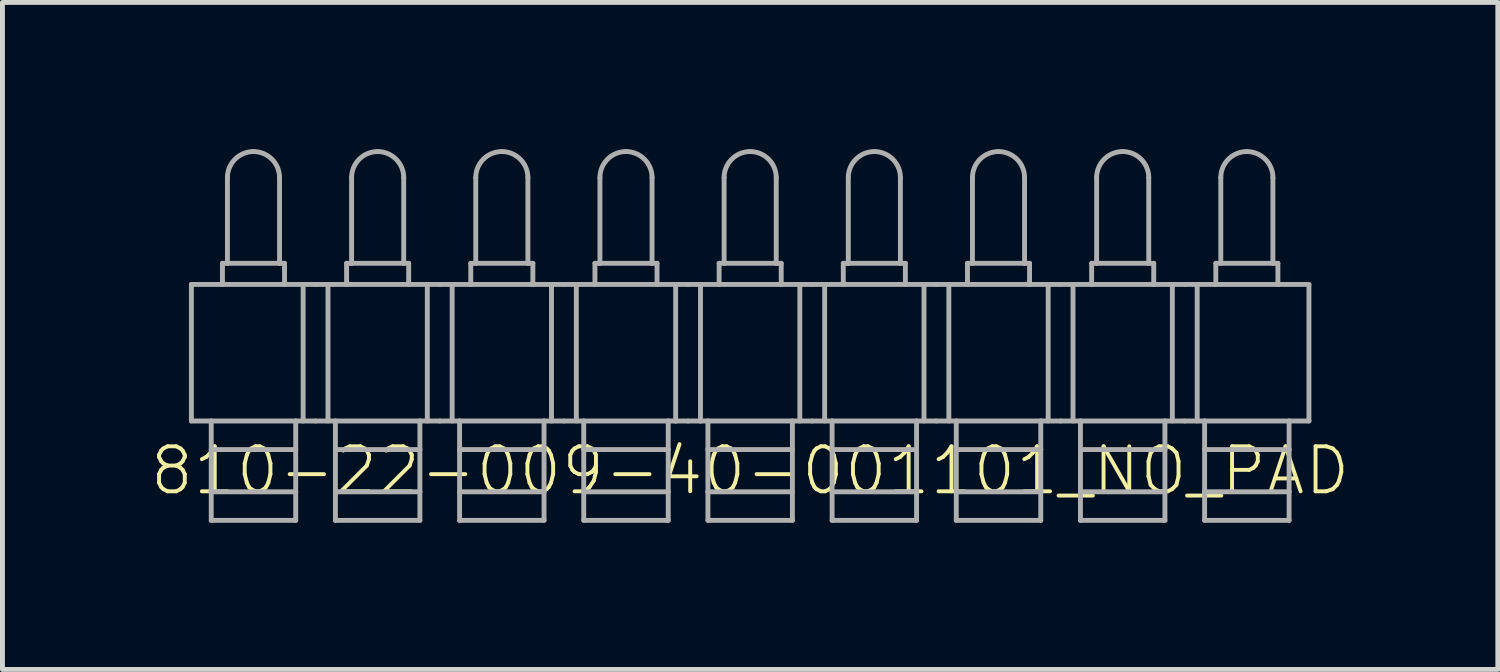
<source format=kicad_pcb>
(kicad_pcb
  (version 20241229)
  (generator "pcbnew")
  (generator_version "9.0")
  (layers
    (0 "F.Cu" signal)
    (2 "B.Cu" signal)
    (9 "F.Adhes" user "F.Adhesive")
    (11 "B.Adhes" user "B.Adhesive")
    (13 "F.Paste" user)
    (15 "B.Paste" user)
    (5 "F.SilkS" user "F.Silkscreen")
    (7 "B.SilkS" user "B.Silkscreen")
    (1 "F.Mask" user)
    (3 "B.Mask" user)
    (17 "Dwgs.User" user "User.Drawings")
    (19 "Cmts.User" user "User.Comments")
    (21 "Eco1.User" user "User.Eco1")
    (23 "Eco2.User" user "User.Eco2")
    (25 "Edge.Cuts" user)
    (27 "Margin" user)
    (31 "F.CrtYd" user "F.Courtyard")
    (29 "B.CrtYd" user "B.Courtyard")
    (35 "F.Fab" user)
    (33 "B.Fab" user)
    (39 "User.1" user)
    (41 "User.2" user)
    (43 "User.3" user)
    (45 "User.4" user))
  (footprint "810-22-009-40-001101_NO_PAD"
    (layer "F.Cu")
    (at 12.295 6.578)
    (property "Reference" "810-22-009-40-001101_NO_PAD" (at 0 0 0) (unlocked yes) (layer "F.SilkS") (effects (font (size 0.92 0.92) (thickness 0.08))))
    (fp_line (start -11.43 -3.81) (end -10.795 -3.81) (stroke (width 0.1) (type solid)) (layer "F.Fab"))
    (fp_line (start -11.43 -1.016) (end -11.43 -3.81) (stroke (width 0.1) (type solid)) (layer "F.Fab"))
    (fp_line (start -11.024 -1.016) (end -11.43 -1.016) (stroke (width 0.1) (type solid)) (layer "F.Fab"))
    (fp_line (start -11.024 -1.016) (end -9.296 -1.016) (stroke (width 0.1) (type solid)) (layer "F.Fab"))
    (fp_line (start -11.024 -0.432) (end -11.024 -1.016) (stroke (width 0.1) (type solid)) (layer "F.Fab"))
    (fp_line (start -11.024 -0.432) (end -9.296 -0.432) (stroke (width 0.1) (type solid)) (layer "F.Fab"))
    (fp_line (start -11.024 0.432) (end -11.024 -0.432) (stroke (width 0.1) (type solid)) (layer "F.Fab"))
    (fp_line (start -11.024 0.432) (end -9.296 0.432) (stroke (width 0.1) (type solid)) (layer "F.Fab"))
    (fp_line (start -11.024 1.016) (end -11.024 0.432) (stroke (width 0.1) (type solid)) (layer "F.Fab"))
    (fp_line (start -11.024 1.016) (end -9.296 1.016) (stroke (width 0.1) (type solid)) (layer "F.Fab"))
    (fp_line (start -10.795 -4.242) (end -10.795 -3.81) (stroke (width 0.1) (type solid)) (layer "F.Fab"))
    (fp_line (start -10.795 -4.242) (end -10.693 -4.242) (stroke (width 0.1) (type solid)) (layer "F.Fab"))
    (fp_line (start -10.795 -3.81) (end -9.525 -3.81) (stroke (width 0.1) (type solid)) (layer "F.Fab"))
    (fp_line (start -10.693 -5.994) (end -10.693 -4.242) (stroke (width 0.1) (type solid)) (layer "F.Fab"))
    (fp_line (start -10.693 -4.242) (end -9.627 -4.242) (stroke (width 0.1) (type solid)) (layer "F.Fab"))
    (fp_line (start -9.627 -5.994) (end -9.627 -4.242) (stroke (width 0.1) (type solid)) (layer "F.Fab"))
    (fp_line (start -9.627 -4.242) (end -9.525 -4.242) (stroke (width 0.1) (type solid)) (layer "F.Fab"))
    (fp_line (start -9.525 -4.242) (end -9.525 -3.81) (stroke (width 0.1) (type solid)) (layer "F.Fab"))
    (fp_line (start -9.525 -3.81) (end -8.89 -3.81) (stroke (width 0.1) (type solid)) (layer "F.Fab"))
    (fp_line (start -9.296 -1.016) (end -8.89 -1.016) (stroke (width 0.1) (type solid)) (layer "F.Fab"))
    (fp_line (start -9.296 -0.432) (end -9.296 -1.016) (stroke (width 0.1) (type solid)) (layer "F.Fab"))
    (fp_line (start -9.296 0.432) (end -9.296 -0.432) (stroke (width 0.1) (type solid)) (layer "F.Fab"))
    (fp_line (start -9.296 1.016) (end -9.296 0.432) (stroke (width 0.1) (type solid)) (layer "F.Fab"))
    (fp_line (start -9.144 -1.016) (end -9.144 -3.81) (stroke (width 0.1) (type solid)) (layer "F.Fab"))
    (fp_line (start -8.89 -3.81) (end -8.255 -3.81) (stroke (width 0.1) (type solid)) (layer "F.Fab"))
    (fp_line (start -8.636 -1.016) (end -8.636 -3.81) (stroke (width 0.1) (type solid)) (layer "F.Fab"))
    (fp_line (start -8.484 -1.016) (end -8.89 -1.016) (stroke (width 0.1) (type solid)) (layer "F.Fab"))
    (fp_line (start -8.484 -1.016) (end -6.756 -1.016) (stroke (width 0.1) (type solid)) (layer "F.Fab"))
    (fp_line (start -8.484 -0.432) (end -8.484 -1.016) (stroke (width 0.1) (type solid)) (layer "F.Fab"))
    (fp_line (start -8.484 -0.432) (end -6.756 -0.432) (stroke (width 0.1) (type solid)) (layer "F.Fab"))
    (fp_line (start -8.484 0.432) (end -8.484 -0.432) (stroke (width 0.1) (type solid)) (layer "F.Fab"))
    (fp_line (start -8.484 0.432) (end -6.756 0.432) (stroke (width 0.1) (type solid)) (layer "F.Fab"))
    (fp_line (start -8.484 1.016) (end -8.484 0.432) (stroke (width 0.1) (type solid)) (layer "F.Fab"))
    (fp_line (start -8.484 1.016) (end -6.756 1.016) (stroke (width 0.1) (type solid)) (layer "F.Fab"))
    (fp_line (start -8.255 -4.242) (end -8.255 -3.81) (stroke (width 0.1) (type solid)) (layer "F.Fab"))
    (fp_line (start -8.255 -4.242) (end -8.153 -4.242) (stroke (width 0.1) (type solid)) (layer "F.Fab"))
    (fp_line (start -8.255 -3.81) (end -6.985 -3.81) (stroke (width 0.1) (type solid)) (layer "F.Fab"))
    (fp_line (start -8.153 -5.994) (end -8.153 -4.242) (stroke (width 0.1) (type solid)) (layer "F.Fab"))
    (fp_line (start -8.153 -4.242) (end -7.087 -4.242) (stroke (width 0.1) (type solid)) (layer "F.Fab"))
    (fp_line (start -7.087 -5.994) (end -7.087 -4.242) (stroke (width 0.1) (type solid)) (layer "F.Fab"))
    (fp_line (start -7.087 -4.242) (end -6.985 -4.242) (stroke (width 0.1) (type solid)) (layer "F.Fab"))
    (fp_line (start -6.985 -4.242) (end -6.985 -3.81) (stroke (width 0.1) (type solid)) (layer "F.Fab"))
    (fp_line (start -6.985 -3.81) (end -6.35 -3.81) (stroke (width 0.1) (type solid)) (layer "F.Fab"))
    (fp_line (start -6.756 -1.016) (end -6.35 -1.016) (stroke (width 0.1) (type solid)) (layer "F.Fab"))
    (fp_line (start -6.756 -0.432) (end -6.756 -1.016) (stroke (width 0.1) (type solid)) (layer "F.Fab"))
    (fp_line (start -6.756 0.432) (end -6.756 -0.432) (stroke (width 0.1) (type solid)) (layer "F.Fab"))
    (fp_line (start -6.756 1.016) (end -6.756 0.432) (stroke (width 0.1) (type solid)) (layer "F.Fab"))
    (fp_line (start -6.604 -1.016) (end -6.604 -3.81) (stroke (width 0.1) (type solid)) (layer "F.Fab"))
    (fp_line (start -6.35 -3.81) (end -5.715 -3.81) (stroke (width 0.1) (type solid)) (layer "F.Fab"))
    (fp_line (start -6.096 -1.016) (end -6.096 -3.81) (stroke (width 0.1) (type solid)) (layer "F.Fab"))
    (fp_line (start -5.944 -1.016) (end -6.35 -1.016) (stroke (width 0.1) (type solid)) (layer "F.Fab"))
    (fp_line (start -5.944 -1.016) (end -4.216 -1.016) (stroke (width 0.1) (type solid)) (layer "F.Fab"))
    (fp_line (start -5.944 -0.432) (end -5.944 -1.016) (stroke (width 0.1) (type solid)) (layer "F.Fab"))
    (fp_line (start -5.944 -0.432) (end -4.216 -0.432) (stroke (width 0.1) (type solid)) (layer "F.Fab"))
    (fp_line (start -5.944 0.432) (end -5.944 -0.432) (stroke (width 0.1) (type solid)) (layer "F.Fab"))
    (fp_line (start -5.944 0.432) (end -4.216 0.432) (stroke (width 0.1) (type solid)) (layer "F.Fab"))
    (fp_line (start -5.944 1.016) (end -5.944 0.432) (stroke (width 0.1) (type solid)) (layer "F.Fab"))
    (fp_line (start -5.944 1.016) (end -4.216 1.016) (stroke (width 0.1) (type solid)) (layer "F.Fab"))
    (fp_line (start -5.715 -4.242) (end -5.715 -3.81) (stroke (width 0.1) (type solid)) (layer "F.Fab"))
    (fp_line (start -5.715 -4.242) (end -5.613 -4.242) (stroke (width 0.1) (type solid)) (layer "F.Fab"))
    (fp_line (start -5.715 -3.81) (end -4.445 -3.81) (stroke (width 0.1) (type solid)) (layer "F.Fab"))
    (fp_line (start -5.613 -5.994) (end -5.613 -4.242) (stroke (width 0.1) (type solid)) (layer "F.Fab"))
    (fp_line (start -5.613 -4.242) (end -4.547 -4.242) (stroke (width 0.1) (type solid)) (layer "F.Fab"))
    (fp_line (start -4.547 -5.994) (end -4.547 -4.242) (stroke (width 0.1) (type solid)) (layer "F.Fab"))
    (fp_line (start -4.547 -4.242) (end -4.445 -4.242) (stroke (width 0.1) (type solid)) (layer "F.Fab"))
    (fp_line (start -4.445 -4.242) (end -4.445 -3.81) (stroke (width 0.1) (type solid)) (layer "F.Fab"))
    (fp_line (start -4.445 -3.81) (end -3.81 -3.81) (stroke (width 0.1) (type solid)) (layer "F.Fab"))
    (fp_line (start -4.216 -1.016) (end -3.81 -1.016) (stroke (width 0.1) (type solid)) (layer "F.Fab"))
    (fp_line (start -4.216 -0.432) (end -4.216 -1.016) (stroke (width 0.1) (type solid)) (layer "F.Fab"))
    (fp_line (start -4.216 0.432) (end -4.216 -0.432) (stroke (width 0.1) (type solid)) (layer "F.Fab"))
    (fp_line (start -4.216 1.016) (end -4.216 0.432) (stroke (width 0.1) (type solid)) (layer "F.Fab"))
    (fp_line (start -4.064 -1.016) (end -4.064 -3.81) (stroke (width 0.1) (type solid)) (layer "F.Fab"))
    (fp_line (start -3.81 -3.81) (end -3.175 -3.81) (stroke (width 0.1) (type solid)) (layer "F.Fab"))
    (fp_line (start -3.556 -1.016) (end -3.556 -3.81) (stroke (width 0.1) (type solid)) (layer "F.Fab"))
    (fp_line (start -3.404 -1.016) (end -3.81 -1.016) (stroke (width 0.1) (type solid)) (layer "F.Fab"))
    (fp_line (start -3.404 -1.016) (end -1.676 -1.016) (stroke (width 0.1) (type solid)) (layer "F.Fab"))
    (fp_line (start -3.404 -0.432) (end -3.404 -1.016) (stroke (width 0.1) (type solid)) (layer "F.Fab"))
    (fp_line (start -3.404 -0.432) (end -1.676 -0.432) (stroke (width 0.1) (type solid)) (layer "F.Fab"))
    (fp_line (start -3.404 0.432) (end -3.404 -0.432) (stroke (width 0.1) (type solid)) (layer "F.Fab"))
    (fp_line (start -3.404 0.432) (end -1.676 0.432) (stroke (width 0.1) (type solid)) (layer "F.Fab"))
    (fp_line (start -3.404 1.016) (end -3.404 0.432) (stroke (width 0.1) (type solid)) (layer "F.Fab"))
    (fp_line (start -3.404 1.016) (end -1.676 1.016) (stroke (width 0.1) (type solid)) (layer "F.Fab"))
    (fp_line (start -3.175 -4.242) (end -3.175 -3.81) (stroke (width 0.1) (type solid)) (layer "F.Fab"))
    (fp_line (start -3.175 -4.242) (end -3.073 -4.242) (stroke (width 0.1) (type solid)) (layer "F.Fab"))
    (fp_line (start -3.175 -3.81) (end -1.905 -3.81) (stroke (width 0.1) (type solid)) (layer "F.Fab"))
    (fp_line (start -3.073 -5.994) (end -3.073 -4.242) (stroke (width 0.1) (type solid)) (layer "F.Fab"))
    (fp_line (start -3.073 -4.242) (end -2.007 -4.242) (stroke (width 0.1) (type solid)) (layer "F.Fab"))
    (fp_line (start -2.007 -5.994) (end -2.007 -4.242) (stroke (width 0.1) (type solid)) (layer "F.Fab"))
    (fp_line (start -2.007 -4.242) (end -1.905 -4.242) (stroke (width 0.1) (type solid)) (layer "F.Fab"))
    (fp_line (start -1.905 -4.242) (end -1.905 -3.81) (stroke (width 0.1) (type solid)) (layer "F.Fab"))
    (fp_line (start -1.905 -3.81) (end -1.524 -3.81) (stroke (width 0.1) (type solid)) (layer "F.Fab"))
    (fp_line (start -1.676 -1.016) (end -1.524 -1.016) (stroke (width 0.1) (type solid)) (layer "F.Fab"))
    (fp_line (start -1.676 -0.432) (end -1.676 -1.016) (stroke (width 0.1) (type solid)) (layer "F.Fab"))
    (fp_line (start -1.676 0.432) (end -1.676 -0.432) (stroke (width 0.1) (type solid)) (layer "F.Fab"))
    (fp_line (start -1.676 1.016) (end -1.676 0.432) (stroke (width 0.1) (type solid)) (layer "F.Fab"))
    (fp_line (start -1.524 -3.81) (end -1.27 -3.81) (stroke (width 0.1) (type solid)) (layer "F.Fab"))
    (fp_line (start -1.524 -1.016) (end -1.524 -3.81) (stroke (width 0.1) (type solid)) (layer "F.Fab"))
    (fp_line (start -1.524 -1.016) (end -1.27 -1.016) (stroke (width 0.1) (type solid)) (layer "F.Fab"))
    (fp_line (start -1.27 -3.81) (end -1.016 -3.81) (stroke (width 0.1) (type solid)) (layer "F.Fab"))
    (fp_line (start -1.016 -3.81) (end -0.635 -3.81) (stroke (width 0.1) (type solid)) (layer "F.Fab"))
    (fp_line (start -1.016 -1.016) (end -1.27 -1.016) (stroke (width 0.1) (type solid)) (layer "F.Fab"))
    (fp_line (start -1.016 -1.016) (end -1.016 -3.81) (stroke (width 0.1) (type solid)) (layer "F.Fab"))
    (fp_line (start -0.864 -1.016) (end -1.016 -1.016) (stroke (width 0.1) (type solid)) (layer "F.Fab"))
    (fp_line (start -0.864 -1.016) (end 0.864 -1.016) (stroke (width 0.1) (type solid)) (layer "F.Fab"))
    (fp_line (start -0.864 -0.432) (end -0.864 -1.016) (stroke (width 0.1) (type solid)) (layer "F.Fab"))
    (fp_line (start -0.864 -0.432) (end 0.864 -0.432) (stroke (width 0.1) (type solid)) (layer "F.Fab"))
    (fp_line (start -0.864 0.432) (end -0.864 -0.432) (stroke (width 0.1) (type solid)) (layer "F.Fab"))
    (fp_line (start -0.864 0.432) (end 0.864 0.432) (stroke (width 0.1) (type solid)) (layer "F.Fab"))
    (fp_line (start -0.864 1.016) (end -0.864 0.432) (stroke (width 0.1) (type solid)) (layer "F.Fab"))
    (fp_line (start -0.864 1.016) (end 0.864 1.016) (stroke (width 0.1) (type solid)) (layer "F.Fab"))
    (fp_line (start -0.635 -4.242) (end -0.635 -3.81) (stroke (width 0.1) (type solid)) (layer "F.Fab"))
    (fp_line (start -0.635 -4.242) (end -0.533 -4.242) (stroke (width 0.1) (type solid)) (layer "F.Fab"))
    (fp_line (start -0.635 -3.81) (end 0.635 -3.81) (stroke (width 0.1) (type solid)) (layer "F.Fab"))
    (fp_line (start -0.533 -5.994) (end -0.533 -4.242) (stroke (width 0.1) (type solid)) (layer "F.Fab"))
    (fp_line (start -0.533 -4.242) (end 0.533 -4.242) (stroke (width 0.1) (type solid)) (layer "F.Fab"))
    (fp_line (start 0.533 -5.994) (end 0.533 -4.242) (stroke (width 0.1) (type solid)) (layer "F.Fab"))
    (fp_line (start 0.533 -4.242) (end 0.635 -4.242) (stroke (width 0.1) (type solid)) (layer "F.Fab"))
    (fp_line (start 0.635 -4.242) (end 0.635 -3.81) (stroke (width 0.1) (type solid)) (layer "F.Fab"))
    (fp_line (start 0.635 -3.81) (end 1.27 -3.81) (stroke (width 0.1) (type solid)) (layer "F.Fab"))
    (fp_line (start 0.864 -1.016) (end 1.27 -1.016) (stroke (width 0.1) (type solid)) (layer "F.Fab"))
    (fp_line (start 0.864 -0.432) (end 0.864 -1.016) (stroke (width 0.1) (type solid)) (layer "F.Fab"))
    (fp_line (start 0.864 0.432) (end 0.864 -0.432) (stroke (width 0.1) (type solid)) (layer "F.Fab"))
    (fp_line (start 0.864 1.016) (end 0.864 0.432) (stroke (width 0.1) (type solid)) (layer "F.Fab"))
    (fp_line (start 1.016 -1.016) (end 1.016 -3.81) (stroke (width 0.1) (type solid)) (layer "F.Fab"))
    (fp_line (start 1.27 -3.81) (end 1.905 -3.81) (stroke (width 0.1) (type solid)) (layer "F.Fab"))
    (fp_line (start 1.524 -1.016) (end 1.524 -3.81) (stroke (width 0.1) (type solid)) (layer "F.Fab"))
    (fp_line (start 1.676 -1.016) (end 1.27 -1.016) (stroke (width 0.1) (type solid)) (layer "F.Fab"))
    (fp_line (start 1.676 -1.016) (end 3.404 -1.016) (stroke (width 0.1) (type solid)) (layer "F.Fab"))
    (fp_line (start 1.676 -0.432) (end 1.676 -1.016) (stroke (width 0.1) (type solid)) (layer "F.Fab"))
    (fp_line (start 1.676 -0.432) (end 3.404 -0.432) (stroke (width 0.1) (type solid)) (layer "F.Fab"))
    (fp_line (start 1.676 0.432) (end 1.676 -0.432) (stroke (width 0.1) (type solid)) (layer "F.Fab"))
    (fp_line (start 1.676 0.432) (end 3.404 0.432) (stroke (width 0.1) (type solid)) (layer "F.Fab"))
    (fp_line (start 1.676 1.016) (end 1.676 0.432) (stroke (width 0.1) (type solid)) (layer "F.Fab"))
    (fp_line (start 1.676 1.016) (end 3.404 1.016) (stroke (width 0.1) (type solid)) (layer "F.Fab"))
    (fp_line (start 1.905 -4.242) (end 1.905 -3.81) (stroke (width 0.1) (type solid)) (layer "F.Fab"))
    (fp_line (start 1.905 -4.242) (end 2.007 -4.242) (stroke (width 0.1) (type solid)) (layer "F.Fab"))
    (fp_line (start 1.905 -3.81) (end 3.175 -3.81) (stroke (width 0.1) (type solid)) (layer "F.Fab"))
    (fp_line (start 2.007 -5.994) (end 2.007 -4.242) (stroke (width 0.1) (type solid)) (layer "F.Fab"))
    (fp_line (start 2.007 -4.242) (end 3.073 -4.242) (stroke (width 0.1) (type solid)) (layer "F.Fab"))
    (fp_line (start 3.073 -5.994) (end 3.073 -4.242) (stroke (width 0.1) (type solid)) (layer "F.Fab"))
    (fp_line (start 3.073 -4.242) (end 3.175 -4.242) (stroke (width 0.1) (type solid)) (layer "F.Fab"))
    (fp_line (start 3.175 -4.242) (end 3.175 -3.81) (stroke (width 0.1) (type solid)) (layer "F.Fab"))
    (fp_line (start 3.175 -3.81) (end 3.81 -3.81) (stroke (width 0.1) (type solid)) (layer "F.Fab"))
    (fp_line (start 3.404 -1.016) (end 3.81 -1.016) (stroke (width 0.1) (type solid)) (layer "F.Fab"))
    (fp_line (start 3.404 -0.432) (end 3.404 -1.016) (stroke (width 0.1) (type solid)) (layer "F.Fab"))
    (fp_line (start 3.404 0.432) (end 3.404 -0.432) (stroke (width 0.1) (type solid)) (layer "F.Fab"))
    (fp_line (start 3.404 1.016) (end 3.404 0.432) (stroke (width 0.1) (type solid)) (layer "F.Fab"))
    (fp_line (start 3.556 -1.016) (end 3.556 -3.81) (stroke (width 0.1) (type solid)) (layer "F.Fab"))
    (fp_line (start 3.81 -3.81) (end 4.445 -3.81) (stroke (width 0.1) (type solid)) (layer "F.Fab"))
    (fp_line (start 4.064 -1.016) (end 4.064 -3.81) (stroke (width 0.1) (type solid)) (layer "F.Fab"))
    (fp_line (start 4.216 -1.016) (end 3.81 -1.016) (stroke (width 0.1) (type solid)) (layer "F.Fab"))
    (fp_line (start 4.216 -1.016) (end 5.944 -1.016) (stroke (width 0.1) (type solid)) (layer "F.Fab"))
    (fp_line (start 4.216 -0.432) (end 4.216 -1.016) (stroke (width 0.1) (type solid)) (layer "F.Fab"))
    (fp_line (start 4.216 -0.432) (end 5.944 -0.432) (stroke (width 0.1) (type solid)) (layer "F.Fab"))
    (fp_line (start 4.216 0.432) (end 4.216 -0.432) (stroke (width 0.1) (type solid)) (layer "F.Fab"))
    (fp_line (start 4.216 0.432) (end 5.944 0.432) (stroke (width 0.1) (type solid)) (layer "F.Fab"))
    (fp_line (start 4.216 1.016) (end 4.216 0.432) (stroke (width 0.1) (type solid)) (layer "F.Fab"))
    (fp_line (start 4.216 1.016) (end 5.944 1.016) (stroke (width 0.1) (type solid)) (layer "F.Fab"))
    (fp_line (start 4.445 -4.242) (end 4.445 -3.81) (stroke (width 0.1) (type solid)) (layer "F.Fab"))
    (fp_line (start 4.445 -4.242) (end 4.547 -4.242) (stroke (width 0.1) (type solid)) (layer "F.Fab"))
    (fp_line (start 4.445 -3.81) (end 5.715 -3.81) (stroke (width 0.1) (type solid)) (layer "F.Fab"))
    (fp_line (start 4.547 -5.994) (end 4.547 -4.242) (stroke (width 0.1) (type solid)) (layer "F.Fab"))
    (fp_line (start 4.547 -4.242) (end 5.613 -4.242) (stroke (width 0.1) (type solid)) (layer "F.Fab"))
    (fp_line (start 5.613 -5.994) (end 5.613 -4.242) (stroke (width 0.1) (type solid)) (layer "F.Fab"))
    (fp_line (start 5.613 -4.242) (end 5.715 -4.242) (stroke (width 0.1) (type solid)) (layer "F.Fab"))
    (fp_line (start 5.715 -4.242) (end 5.715 -3.81) (stroke (width 0.1) (type solid)) (layer "F.Fab"))
    (fp_line (start 5.715 -3.81) (end 6.35 -3.81) (stroke (width 0.1) (type solid)) (layer "F.Fab"))
    (fp_line (start 5.944 -1.016) (end 6.35 -1.016) (stroke (width 0.1) (type solid)) (layer "F.Fab"))
    (fp_line (start 5.944 -0.432) (end 5.944 -1.016) (stroke (width 0.1) (type solid)) (layer "F.Fab"))
    (fp_line (start 5.944 0.432) (end 5.944 -0.432) (stroke (width 0.1) (type solid)) (layer "F.Fab"))
    (fp_line (start 5.944 1.016) (end 5.944 0.432) (stroke (width 0.1) (type solid)) (layer "F.Fab"))
    (fp_line (start 6.096 -1.016) (end 6.096 -3.81) (stroke (width 0.1) (type solid)) (layer "F.Fab"))
    (fp_line (start 6.35 -3.81) (end 6.985 -3.81) (stroke (width 0.1) (type solid)) (layer "F.Fab"))
    (fp_line (start 6.604 -1.016) (end 6.604 -3.81) (stroke (width 0.1) (type solid)) (layer "F.Fab"))
    (fp_line (start 6.756 -1.016) (end 6.35 -1.016) (stroke (width 0.1) (type solid)) (layer "F.Fab"))
    (fp_line (start 6.756 -1.016) (end 8.484 -1.016) (stroke (width 0.1) (type solid)) (layer "F.Fab"))
    (fp_line (start 6.756 -0.432) (end 6.756 -1.016) (stroke (width 0.1) (type solid)) (layer "F.Fab"))
    (fp_line (start 6.756 -0.432) (end 8.484 -0.432) (stroke (width 0.1) (type solid)) (layer "F.Fab"))
    (fp_line (start 6.756 0.432) (end 6.756 -0.432) (stroke (width 0.1) (type solid)) (layer "F.Fab"))
    (fp_line (start 6.756 0.432) (end 8.484 0.432) (stroke (width 0.1) (type solid)) (layer "F.Fab"))
    (fp_line (start 6.756 1.016) (end 6.756 0.432) (stroke (width 0.1) (type solid)) (layer "F.Fab"))
    (fp_line (start 6.756 1.016) (end 8.484 1.016) (stroke (width 0.1) (type solid)) (layer "F.Fab"))
    (fp_line (start 6.985 -4.242) (end 6.985 -3.81) (stroke (width 0.1) (type solid)) (layer "F.Fab"))
    (fp_line (start 6.985 -4.242) (end 7.087 -4.242) (stroke (width 0.1) (type solid)) (layer "F.Fab"))
    (fp_line (start 6.985 -3.81) (end 8.255 -3.81) (stroke (width 0.1) (type solid)) (layer "F.Fab"))
    (fp_line (start 7.087 -5.994) (end 7.087 -4.242) (stroke (width 0.1) (type solid)) (layer "F.Fab"))
    (fp_line (start 7.087 -4.242) (end 8.153 -4.242) (stroke (width 0.1) (type solid)) (layer "F.Fab"))
    (fp_line (start 8.153 -5.994) (end 8.153 -4.242) (stroke (width 0.1) (type solid)) (layer "F.Fab"))
    (fp_line (start 8.153 -4.242) (end 8.255 -4.242) (stroke (width 0.1) (type solid)) (layer "F.Fab"))
    (fp_line (start 8.255 -4.242) (end 8.255 -3.81) (stroke (width 0.1) (type solid)) (layer "F.Fab"))
    (fp_line (start 8.255 -3.81) (end 8.89 -3.81) (stroke (width 0.1) (type solid)) (layer "F.Fab"))
    (fp_line (start 8.484 -1.016) (end 8.89 -1.016) (stroke (width 0.1) (type solid)) (layer "F.Fab"))
    (fp_line (start 8.484 -0.432) (end 8.484 -1.016) (stroke (width 0.1) (type solid)) (layer "F.Fab"))
    (fp_line (start 8.484 0.432) (end 8.484 -0.432) (stroke (width 0.1) (type solid)) (layer "F.Fab"))
    (fp_line (start 8.484 1.016) (end 8.484 0.432) (stroke (width 0.1) (type solid)) (layer "F.Fab"))
    (fp_line (start 8.636 -1.016) (end 8.636 -3.81) (stroke (width 0.1) (type solid)) (layer "F.Fab"))
    (fp_line (start 8.89 -3.81) (end 9.525 -3.81) (stroke (width 0.1) (type solid)) (layer "F.Fab"))
    (fp_line (start 9.144 -1.016) (end 9.144 -3.81) (stroke (width 0.1) (type solid)) (layer "F.Fab"))
    (fp_line (start 9.296 -1.016) (end 8.89 -1.016) (stroke (width 0.1) (type solid)) (layer "F.Fab"))
    (fp_line (start 9.296 -1.016) (end 11.024 -1.016) (stroke (width 0.1) (type solid)) (layer "F.Fab"))
    (fp_line (start 9.296 -0.432) (end 9.296 -1.016) (stroke (width 0.1) (type solid)) (layer "F.Fab"))
    (fp_line (start 9.296 -0.432) (end 11.024 -0.432) (stroke (width 0.1) (type solid)) (layer "F.Fab"))
    (fp_line (start 9.296 0.432) (end 9.296 -0.432) (stroke (width 0.1) (type solid)) (layer "F.Fab"))
    (fp_line (start 9.296 0.432) (end 11.024 0.432) (stroke (width 0.1) (type solid)) (layer "F.Fab"))
    (fp_line (start 9.296 1.016) (end 9.296 0.432) (stroke (width 0.1) (type solid)) (layer "F.Fab"))
    (fp_line (start 9.296 1.016) (end 11.024 1.016) (stroke (width 0.1) (type solid)) (layer "F.Fab"))
    (fp_line (start 9.525 -4.242) (end 9.525 -3.81) (stroke (width 0.1) (type solid)) (layer "F.Fab"))
    (fp_line (start 9.525 -4.242) (end 9.627 -4.242) (stroke (width 0.1) (type solid)) (layer "F.Fab"))
    (fp_line (start 9.525 -3.81) (end 10.795 -3.81) (stroke (width 0.1) (type solid)) (layer "F.Fab"))
    (fp_line (start 9.627 -5.994) (end 9.627 -4.242) (stroke (width 0.1) (type solid)) (layer "F.Fab"))
    (fp_line (start 9.627 -4.242) (end 10.693 -4.242) (stroke (width 0.1) (type solid)) (layer "F.Fab"))
    (fp_line (start 10.693 -5.994) (end 10.693 -4.242) (stroke (width 0.1) (type solid)) (layer "F.Fab"))
    (fp_line (start 10.693 -4.242) (end 10.795 -4.242) (stroke (width 0.1) (type solid)) (layer "F.Fab"))
    (fp_line (start 10.795 -4.242) (end 10.795 -3.81) (stroke (width 0.1) (type solid)) (layer "F.Fab"))
    (fp_line (start 10.795 -3.81) (end 11.43 -3.81) (stroke (width 0.1) (type solid)) (layer "F.Fab"))
    (fp_line (start 11.024 -1.016) (end 11.43 -1.016) (stroke (width 0.1) (type solid)) (layer "F.Fab"))
    (fp_line (start 11.024 -0.432) (end 11.024 -1.016) (stroke (width 0.1) (type solid)) (layer "F.Fab"))
    (fp_line (start 11.024 0.432) (end 11.024 -0.432) (stroke (width 0.1) (type solid)) (layer "F.Fab"))
    (fp_line (start 11.024 1.016) (end 11.024 0.432) (stroke (width 0.1) (type solid)) (layer "F.Fab"))
    (fp_line (start 11.43 -1.016) (end 11.43 -3.81) (stroke (width 0.1) (type solid)) (layer "F.Fab"))
    (fp_arc (start -10.6934 -5.9944) (mid -10.537171 -6.371571) (end -10.16 -6.5278) (stroke (width 0.1) (type solid)) (layer "F.Fab"))
    (fp_arc (start -10.16 -6.5278) (mid -9.782829 -6.371571) (end -9.6266 -5.9944) (stroke (width 0.1) (type solid)) (layer "F.Fab"))
    (fp_arc (start -8.1534 -5.9944) (mid -7.997171 -6.371571) (end -7.62 -6.5278) (stroke (width 0.1) (type solid)) (layer "F.Fab"))
    (fp_arc (start -7.62 -6.5278) (mid -7.242829 -6.371571) (end -7.0866 -5.9944) (stroke (width 0.1) (type solid)) (layer "F.Fab"))
    (fp_arc (start -5.6134 -5.9944) (mid -5.457171 -6.371571) (end -5.08 -6.5278) (stroke (width 0.1) (type solid)) (layer "F.Fab"))
    (fp_arc (start -5.08 -6.5278) (mid -4.702829 -6.371571) (end -4.5466 -5.9944) (stroke (width 0.1) (type solid)) (layer "F.Fab"))
    (fp_arc (start -3.0734 -5.9944) (mid -2.917171 -6.371571) (end -2.54 -6.5278) (stroke (width 0.1) (type solid)) (layer "F.Fab"))
    (fp_arc (start -2.54 -6.5278) (mid -2.162829 -6.371571) (end -2.0066 -5.9944) (stroke (width 0.1) (type solid)) (layer "F.Fab"))
    (fp_arc (start -0.5334 -5.9944) (mid -0.377171 -6.371571) (end 0 -6.5278) (stroke (width 0.1) (type solid)) (layer "F.Fab"))
    (fp_arc (start 0 -6.5278) (mid 0.377171 -6.371571) (end 0.5334 -5.9944) (stroke (width 0.1) (type solid)) (layer "F.Fab"))
    (fp_arc (start 2.0066 -5.9944) (mid 2.162829 -6.371571) (end 2.54 -6.5278) (stroke (width 0.1) (type solid)) (layer "F.Fab"))
    (fp_arc (start 2.54 -6.5278) (mid 2.917171 -6.371571) (end 3.0734 -5.9944) (stroke (width 0.1) (type solid)) (layer "F.Fab"))
    (fp_arc (start 4.5466 -5.9944) (mid 4.702829 -6.371571) (end 5.08 -6.5278) (stroke (width 0.1) (type solid)) (layer "F.Fab"))
    (fp_arc (start 5.08 -6.5278) (mid 5.457171 -6.371571) (end 5.6134 -5.9944) (stroke (width 0.1) (type solid)) (layer "F.Fab"))
    (fp_arc (start 7.0866 -5.9944) (mid 7.242829 -6.371571) (end 7.62 -6.5278) (stroke (width 0.1) (type solid)) (layer "F.Fab"))
    (fp_arc (start 7.62 -6.5278) (mid 7.997171 -6.371571) (end 8.1534 -5.9944) (stroke (width 0.1) (type solid)) (layer "F.Fab"))
    (fp_arc (start 9.6266 -5.9944) (mid 9.782829 -6.371571) (end 10.16 -6.5278) (stroke (width 0.1) (type solid)) (layer "F.Fab"))
    (fp_arc (start 10.16 -6.5278) (mid 10.537171 -6.371571) (end 10.6934 -5.9944) (stroke (width 0.1) (type solid)) (layer "F.Fab")))
  (gr_rect
    (start -3 -3)
    (end 27.589 10.644)
    (stroke (width 0.1) (type default))
    (fill no)
    (layer "Edge.Cuts")))
</source>
